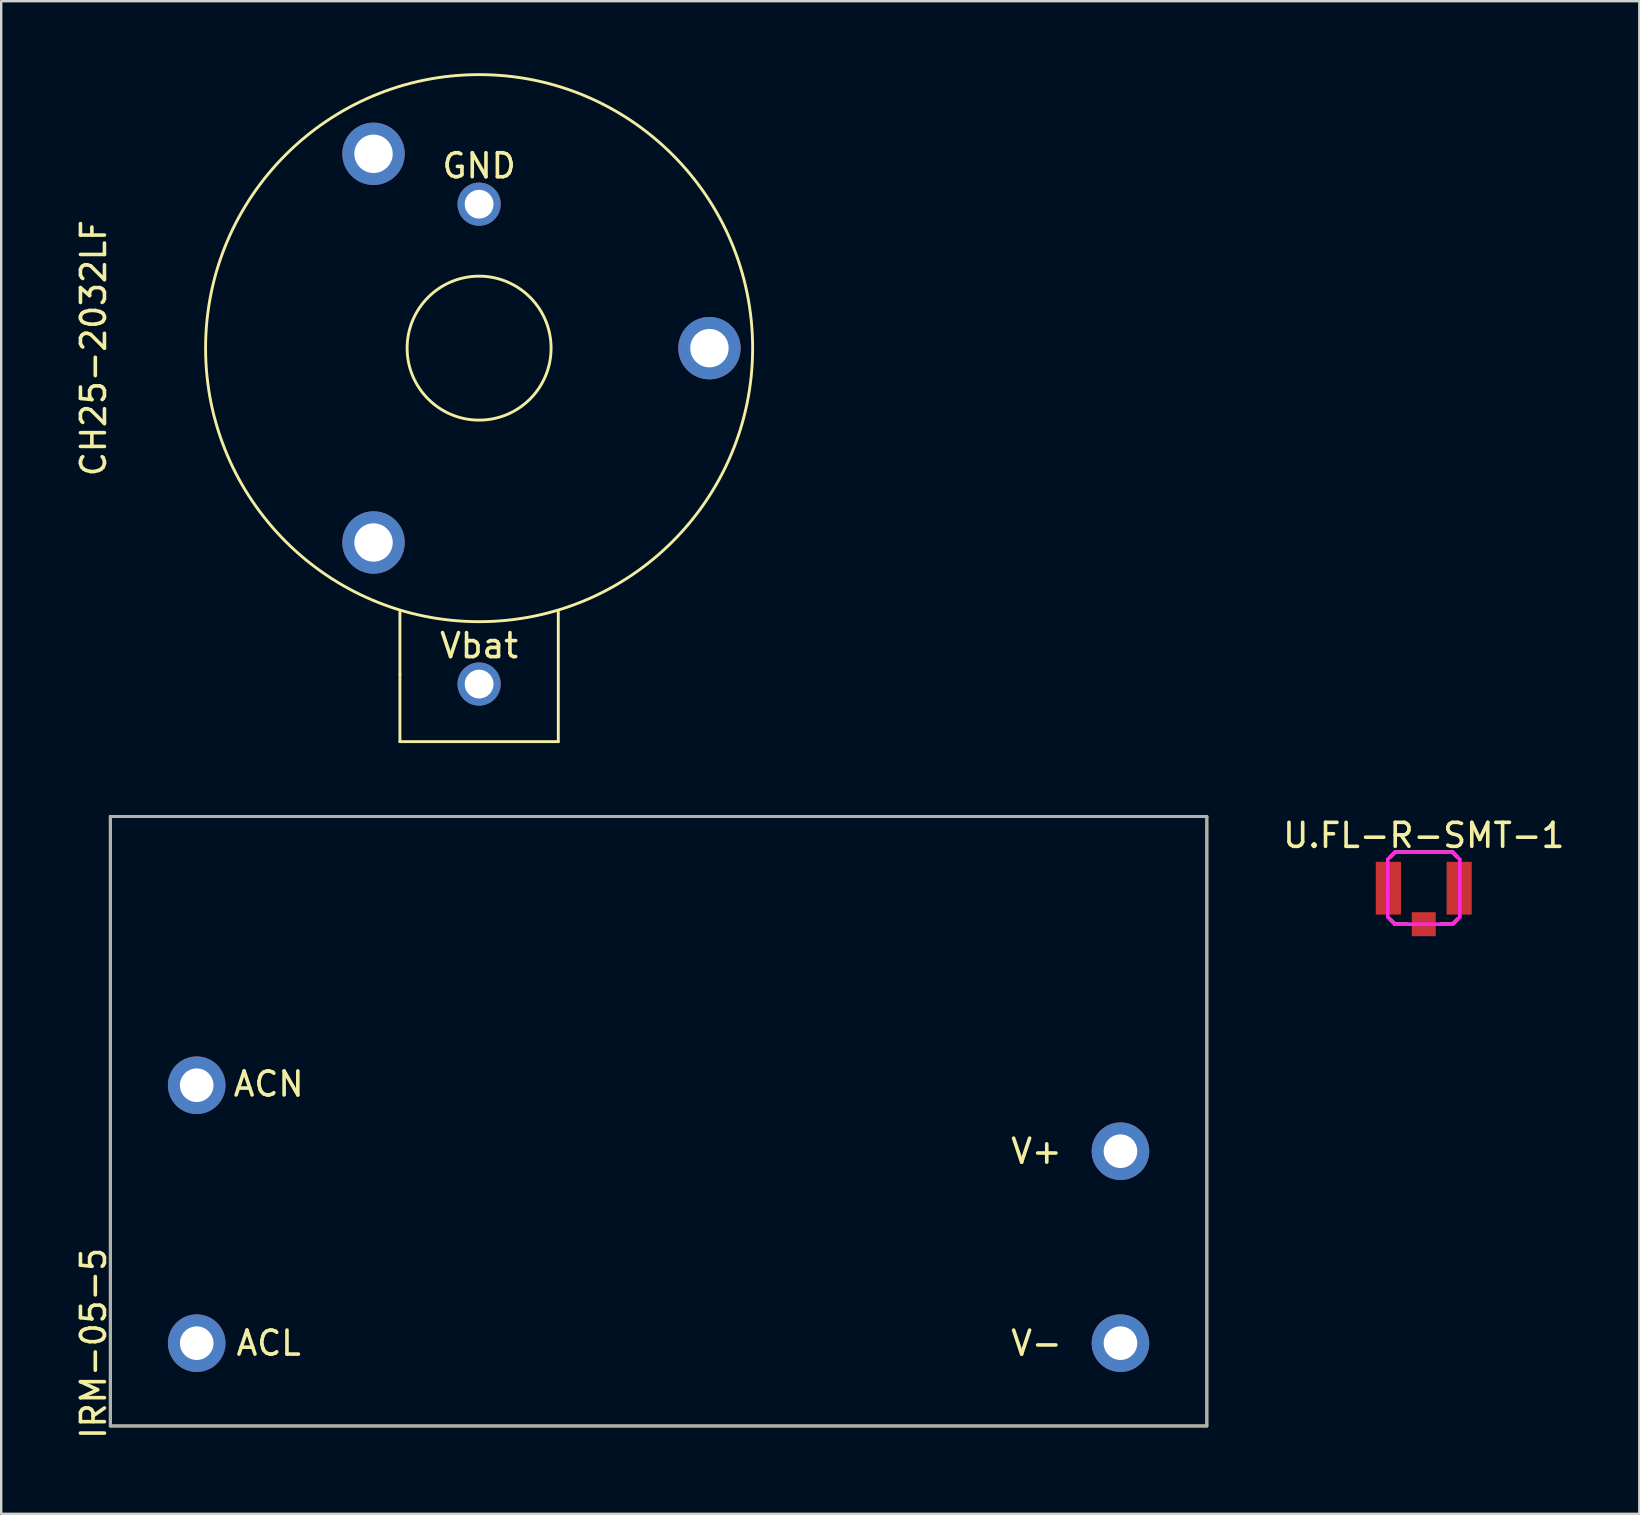
<source format=kicad_pcb>
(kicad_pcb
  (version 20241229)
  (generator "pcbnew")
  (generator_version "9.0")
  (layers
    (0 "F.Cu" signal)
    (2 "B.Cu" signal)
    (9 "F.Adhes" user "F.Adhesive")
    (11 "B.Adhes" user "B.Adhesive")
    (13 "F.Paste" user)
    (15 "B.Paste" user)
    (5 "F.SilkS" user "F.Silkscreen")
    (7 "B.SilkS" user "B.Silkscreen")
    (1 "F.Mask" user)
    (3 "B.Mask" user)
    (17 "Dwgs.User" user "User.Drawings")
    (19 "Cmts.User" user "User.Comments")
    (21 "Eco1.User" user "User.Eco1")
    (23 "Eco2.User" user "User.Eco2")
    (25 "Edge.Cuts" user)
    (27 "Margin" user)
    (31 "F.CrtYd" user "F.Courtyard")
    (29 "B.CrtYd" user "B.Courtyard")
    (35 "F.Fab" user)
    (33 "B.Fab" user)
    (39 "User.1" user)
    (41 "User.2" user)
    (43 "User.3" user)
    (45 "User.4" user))
  (footprint "CH25-2032LF"
    (layer "F.Cu")
    (at 16.918 11.46)
    (property "Reference" "CH25-2032LF" (at -16.07 0 90) (layer "F.SilkS") (effects (font (size 1 1) (thickness 0.15))))
    (attr through_hole)
    (fp_line (start -3.3 13.6) (end -3.3 11) (stroke (width 0.12) (type solid)) (layer "F.SilkS"))
    (fp_line (start -3.3 16.4) (end -3.3 13.6) (stroke (width 0.12) (type solid)) (layer "F.SilkS"))
    (fp_line (start -3.3 16.4) (end 3.3 16.4) (stroke (width 0.12) (type solid)) (layer "F.SilkS"))
    (fp_line (start 3.3 16.4) (end 3.3 11) (stroke (width 0.12) (type solid)) (layer "F.SilkS"))
    (fp_circle (center 0 0) (end 3 0) (stroke (width 0.12) (type solid)) (fill no) (layer "F.SilkS"))
    (fp_circle (center 0 0) (end 11.4 0) (stroke (width 0.12) (type solid)) (fill no) (layer "F.SilkS"))
    (fp_text user "Vbat" (at 0 12.4 0) (layer "F.SilkS") (effects (font (size 1 1) (thickness 0.15))))
    (fp_text user "GND" (at 0 -7.6 0) (layer "F.SilkS") (effects (font (size 1 1) (thickness 0.15))))
    (pad "" np_thru_hole circle (at -4.4 -8.1) (size 2.6 2.6) (drill 1.6) (layers "*.Cu" "*.Mask"))
    (pad "" np_thru_hole circle (at -4.4 8.1) (size 2.6 2.6) (drill 1.6) (layers "*.Cu" "*.Mask"))
    (pad "" np_thru_hole circle (at 9.6 0) (size 2.6 2.6) (drill 1.6) (layers "*.Cu" "*.Mask"))
    (pad "1" thru_hole circle (at 0 14) (size 1.8 1.8) (drill 1.2) (layers "*.Cu" "*.Mask"))
    (pad "2" thru_hole circle (at 0 -6) (size 1.8 1.8) (drill 1.2) (layers "*.Cu" "*.Mask")))
  (footprint "IRM-05-5"
    (layer "F.Cu")
    (at 5.148 52.93)
    (property "Reference" "IRM-05-5" (at -4.3 0.01 90) (layer "F.SilkS") (effects (font (size 1 1) (thickness 0.15))))
    (attr through_hole)
    (fp_line (start -3.6 -21.95) (end 42.1 -21.95) (stroke (width 0.12) (type solid)) (layer "F.SilkS"))
    (fp_line (start -3.6 3.45) (end -3.6 -21.95) (stroke (width 0.12) (type solid)) (layer "F.SilkS"))
    (fp_line (start 42.1 -21.95) (end 42.1 3.45) (stroke (width 0.12) (type solid)) (layer "F.SilkS"))
    (fp_line (start 42.1 3.45) (end -3.6 3.45) (stroke (width 0.12) (type solid)) (layer "F.SilkS"))
    (fp_line (start -3.6 -21.95) (end -3.6 3.45) (stroke (width 0.12) (type solid)) (layer "F.Fab"))
    (fp_line (start -3.6 -21.95) (end 42.1 -21.95) (stroke (width 0.12) (type solid)) (layer "F.Fab"))
    (fp_line (start -3.6 3.45) (end 42.1 3.45) (stroke (width 0.12) (type solid)) (layer "F.Fab"))
    (fp_line (start 42.1 -21.95) (end 42.1 3.45) (stroke (width 0.12) (type solid)) (layer "F.Fab"))
    (fp_text user "V-" (at 35 0 0) (layer "F.SilkS") (effects (font (size 1 1) (thickness 0.15))))
    (fp_text user "ACL" (at 3 0 0) (layer "F.SilkS") (effects (font (size 1 1) (thickness 0.15))))
    (fp_text user "V+" (at 35 -8 0) (layer "F.SilkS") (effects (font (size 1 1) (thickness 0.15))))
    (fp_text user "ACN" (at 3 -10.8 0) (layer "F.SilkS") (effects (font (size 1 1) (thickness 0.15))))
    (pad "1" thru_hole circle (at 0 -10.75) (size 2.4 2.4) (drill 1.4) (layers "*.Cu" "*.Mask"))
    (pad "2" thru_hole circle (at 0 0) (size 2.4 2.4) (drill 1.4) (layers "*.Cu" "*.Mask"))
    (pad "3" thru_hole circle (at 38.5 -8) (size 2.4 2.4) (drill 1.4) (layers "*.Cu" "*.Mask"))
    (pad "4" thru_hole circle (at 38.5 0) (size 2.4 2.4) (drill 1.4) (layers "*.Cu" "*.Mask")))
  (footprint "U.FL-R-SMT-1"
    (layer "F.Cu")
    (at 56.29 33.968)
    (property "Reference" "U.FL-R-SMT-1" (at 0 -2.2 0) (layer "F.SilkS") (effects (font (size 1 1) (thickness 0.15))))
    (attr smd)
    (fp_line (start -1.4 -1.3) (end -1.2 -1.5) (stroke (width 0.15) (type solid)) (layer "F.SilkS"))
    (fp_line (start -1.4 1.3) (end -1.2 1.5) (stroke (width 0.15) (type solid)) (layer "F.SilkS"))
    (fp_line (start -1.2 -1.5) (end 1.2 -1.5) (stroke (width 0.15) (type solid)) (layer "F.SilkS"))
    (fp_line (start -1.2 1.5) (end -0.7 1.5) (stroke (width 0.15) (type solid)) (layer "F.SilkS"))
    (fp_line (start 0.7 1.5) (end 1.2 1.5) (stroke (width 0.15) (type solid)) (layer "F.SilkS"))
    (fp_line (start 1.2 -1.5) (end 1.4 -1.3) (stroke (width 0.15) (type solid)) (layer "F.SilkS"))
    (fp_line (start 1.2 1.5) (end 1.4 1.3) (stroke (width 0.15) (type solid)) (layer "F.SilkS"))
    (fp_line (start -1.5 -1.2) (end -1.2 -1.5) (stroke (width 0.15) (type solid)) (layer "F.CrtYd"))
    (fp_line (start -1.5 0) (end -1.5 -1.2) (stroke (width 0.15) (type solid)) (layer "F.CrtYd"))
    (fp_line (start -1.5 1.2) (end -1.5 0) (stroke (width 0.15) (type solid)) (layer "F.CrtYd"))
    (fp_line (start -1.2 -1.5) (end 1.2 -1.5) (stroke (width 0.15) (type solid)) (layer "F.CrtYd"))
    (fp_line (start -1.2 1.5) (end -1.5 1.2) (stroke (width 0.15) (type solid)) (layer "F.CrtYd"))
    (fp_line (start 1.2 -1.5) (end 1.5 -1.2) (stroke (width 0.15) (type solid)) (layer "F.CrtYd"))
    (fp_line (start 1.2 1.5) (end -1.2 1.5) (stroke (width 0.15) (type solid)) (layer "F.CrtYd"))
    (fp_line (start 1.5 -1.2) (end 1.5 1.2) (stroke (width 0.15) (type solid)) (layer "F.CrtYd"))
    (fp_line (start 1.5 1.2) (end 1.2 1.5) (stroke (width 0.15) (type solid)) (layer "F.CrtYd"))
    (pad "1" smd rect (at -1.475 0) (size 1.05 2.2) (layers "F.Cu" "F.Mask" "F.Paste"))
    (pad "2" smd rect (at 1.475 0) (size 1.05 2.2) (layers "F.Cu" "F.Mask" "F.Paste"))
    (pad "3" smd rect (at 0 1.5) (size 1 1) (layers "F.Cu" "F.Mask" "F.Paste")))
  (gr_rect
    (start -3 -3)
    (end 65.273 60.041)
    (stroke (width 0.1) (type default))
    (fill no)
    (layer "Edge.Cuts")))
</source>
